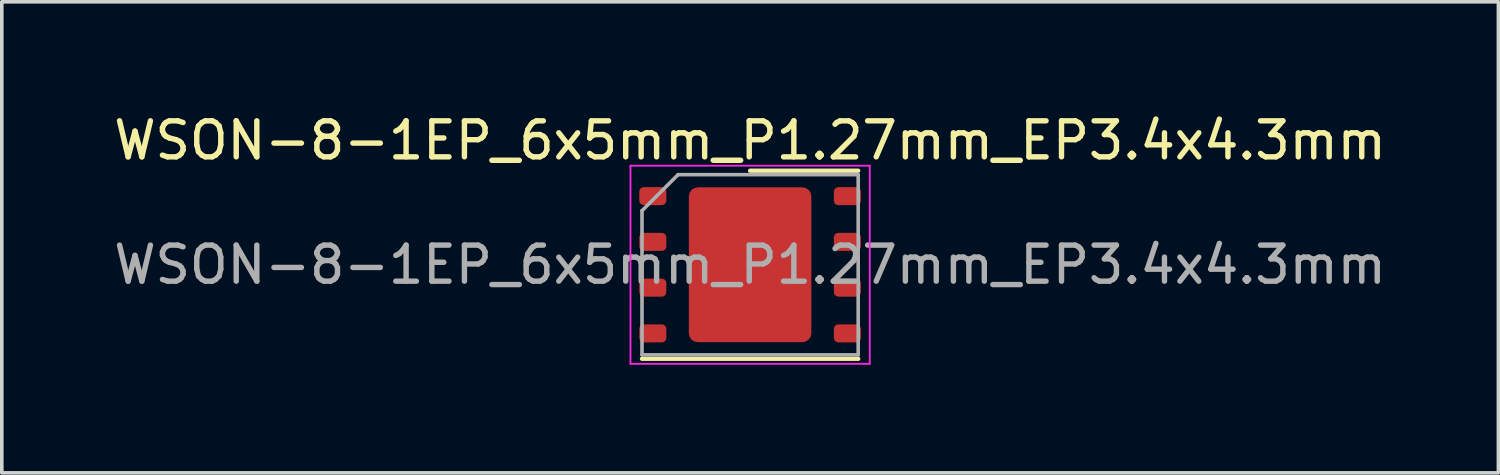
<source format=kicad_pcb>
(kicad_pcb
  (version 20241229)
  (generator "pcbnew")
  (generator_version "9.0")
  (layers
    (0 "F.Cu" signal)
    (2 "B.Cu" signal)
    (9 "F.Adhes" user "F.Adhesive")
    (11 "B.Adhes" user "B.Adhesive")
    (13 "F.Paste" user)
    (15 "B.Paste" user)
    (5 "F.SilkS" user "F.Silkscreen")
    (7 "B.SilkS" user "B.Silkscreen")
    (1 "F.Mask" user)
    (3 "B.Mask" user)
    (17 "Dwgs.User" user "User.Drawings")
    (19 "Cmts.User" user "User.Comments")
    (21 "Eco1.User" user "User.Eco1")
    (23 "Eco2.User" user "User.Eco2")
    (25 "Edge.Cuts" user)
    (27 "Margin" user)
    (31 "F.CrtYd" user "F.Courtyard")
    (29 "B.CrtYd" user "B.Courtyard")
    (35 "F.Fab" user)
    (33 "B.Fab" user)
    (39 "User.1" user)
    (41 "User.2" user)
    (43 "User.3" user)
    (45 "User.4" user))
  (footprint "WSON-8-1EP_6x5mm_P1.27mm_EP3.4x4.3mm"
    (layer "F.Cu")
    (at 17.768 4.298)
    (property "Reference" "WSON-8-1EP_6x5mm_P1.27mm_EP3.4x4.3mm" (at 0 -3.45 0) (layer "F.SilkS") (effects (font (size 1 1) (thickness 0.15))))
    (attr smd)
    (fp_line (start -3 2.61) (end 3 2.61) (stroke (width 0.12) (type solid)) (layer "F.SilkS"))
    (fp_line (start 0 -2.61) (end 3 -2.61) (stroke (width 0.12) (type solid)) (layer "F.SilkS"))
    (fp_line (start -3.32 -2.75) (end -3.32 2.75) (stroke (width 0.05) (type solid)) (layer "F.CrtYd"))
    (fp_line (start -3.32 2.75) (end 3.32 2.75) (stroke (width 0.05) (type solid)) (layer "F.CrtYd"))
    (fp_line (start 3.32 -2.75) (end -3.32 -2.75) (stroke (width 0.05) (type solid)) (layer "F.CrtYd"))
    (fp_line (start 3.32 2.75) (end 3.32 -2.75) (stroke (width 0.05) (type solid)) (layer "F.CrtYd"))
    (fp_line (start -3 -1.5) (end -2 -2.5) (stroke (width 0.1) (type solid)) (layer "F.Fab"))
    (fp_line (start -3 2.5) (end -3 -1.5) (stroke (width 0.1) (type solid)) (layer "F.Fab"))
    (fp_line (start -2 -2.5) (end 3 -2.5) (stroke (width 0.1) (type solid)) (layer "F.Fab"))
    (fp_line (start 3 -2.5) (end 3 2.5) (stroke (width 0.1) (type solid)) (layer "F.Fab"))
    (fp_line (start 3 2.5) (end -3 2.5) (stroke (width 0.1) (type solid)) (layer "F.Fab"))
    (fp_text user "${REFERENCE}" (at 0 0 0) (layer "F.Fab") (effects (font (size 1 1) (thickness 0.15))))
    (pad "" smd roundrect (at -0.85 -1.075) (size 1.37 1.73) (layers "F.Paste") (roundrect_rratio 0.182))
    (pad "" smd roundrect (at -0.85 1.075) (size 1.37 1.73) (layers "F.Paste") (roundrect_rratio 0.182))
    (pad "" smd roundrect (at 0.85 -1.075) (size 1.37 1.73) (layers "F.Paste") (roundrect_rratio 0.182))
    (pad "" smd roundrect (at 0.85 1.075) (size 1.37 1.73) (layers "F.Paste") (roundrect_rratio 0.182))
    (pad "1" smd roundrect (at -2.7 -1.905) (size 0.75 0.5) (layers "F.Cu" "F.Mask" "F.Paste") (roundrect_rratio 0.25))
    (pad "2" smd roundrect (at -2.7 -0.635) (size 0.75 0.5) (layers "F.Cu" "F.Mask" "F.Paste") (roundrect_rratio 0.25))
    (pad "3" smd roundrect (at -2.7 0.635) (size 0.75 0.5) (layers "F.Cu" "F.Mask" "F.Paste") (roundrect_rratio 0.25))
    (pad "4" smd roundrect (at -2.7 1.905) (size 0.75 0.5) (layers "F.Cu" "F.Mask" "F.Paste") (roundrect_rratio 0.25))
    (pad "5" smd roundrect (at 2.7 1.905) (size 0.75 0.5) (layers "F.Cu" "F.Mask" "F.Paste") (roundrect_rratio 0.25))
    (pad "6" smd roundrect (at 2.7 0.635) (size 0.75 0.5) (layers "F.Cu" "F.Mask" "F.Paste") (roundrect_rratio 0.25))
    (pad "7" smd roundrect (at 2.7 -0.635) (size 0.75 0.5) (layers "F.Cu" "F.Mask" "F.Paste") (roundrect_rratio 0.25))
    (pad "8" smd roundrect (at 2.7 -1.905) (size 0.75 0.5) (layers "F.Cu" "F.Mask" "F.Paste") (roundrect_rratio 0.25))
    (pad "9" smd roundrect (at 0 0) (size 3.4 4.3) (layers "F.Cu" "F.Mask") (roundrect_rratio 0.074)))
  (gr_rect
    (start -3 -3)
    (end 38.536 10.073)
    (stroke (width 0.1) (type default))
    (fill no)
    (layer "Edge.Cuts")))
</source>
